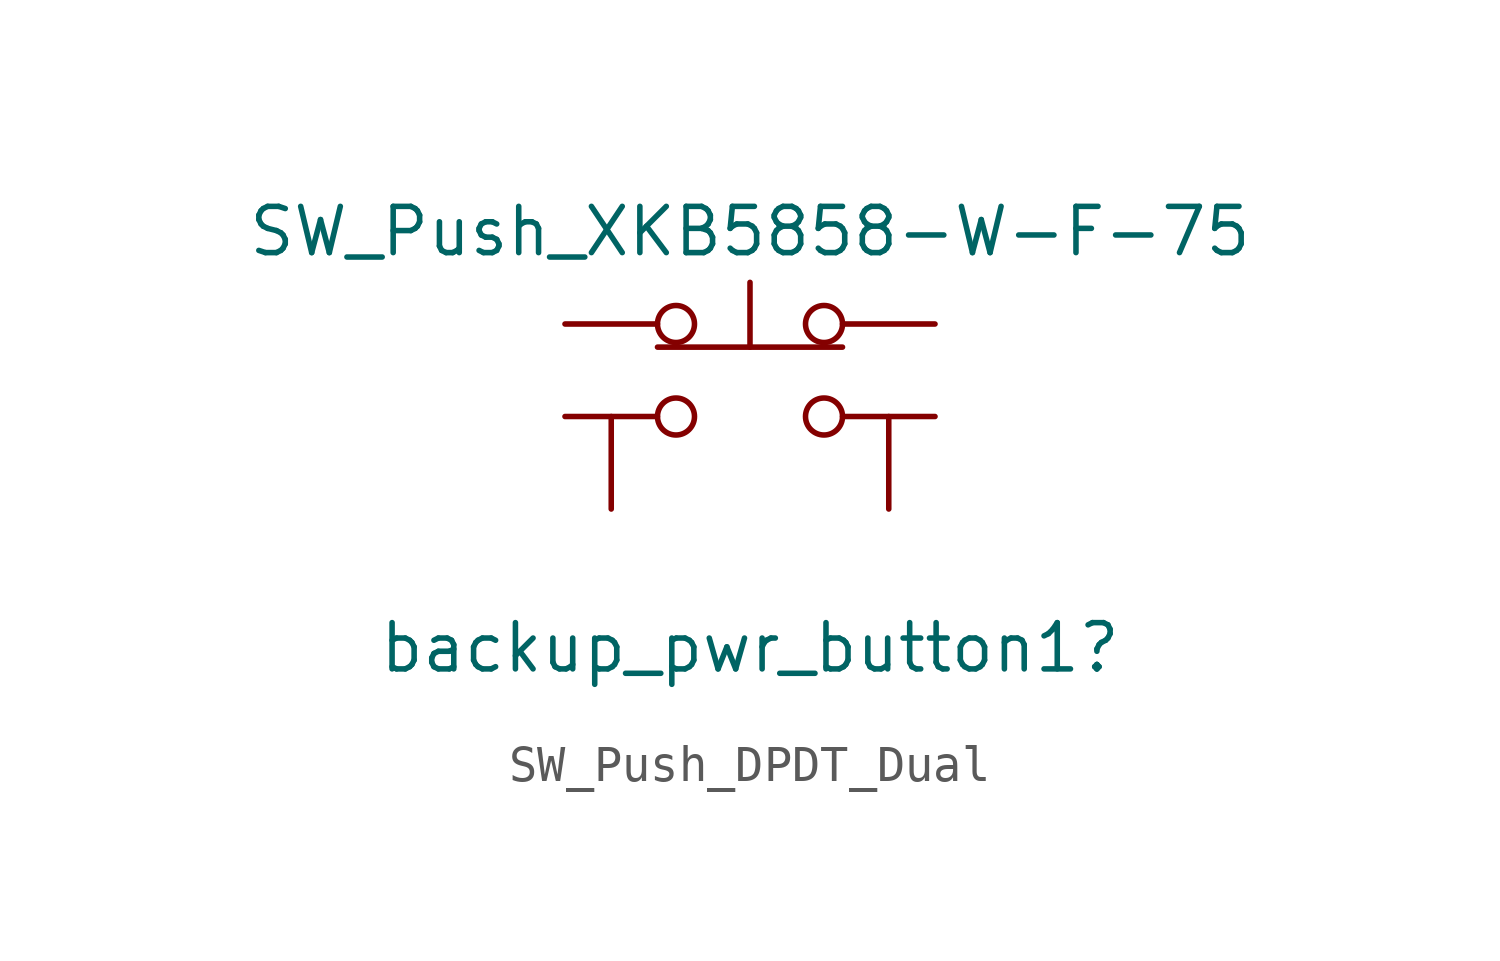
<source format=kicad_sym>
(kicad_symbol_lib
  (version 20220914)
  (generator kicad_symbol_editor)
  (symbol "SW_Push_DPDT_Dual"
    (pin_numbers hide)
    (pin_names
      (offset 1.016) hide)
    (property "Reference" "backup_pwr_button1"
      (at 0 -7.62 0)
      (effects (font (size 1.27 1.27))))
    (property "Value" "SW_Push_XKB5858-W-F-75"
      (at 0 3.81 0)
      (effects (font (size 1.27 1.27))))
    (symbol "SW_Push_DPDT_Dual_0_1"
      (circle (center -2.032 -1.27) (radius 0.508) (stroke (width 0) (type default)) (fill (type none)))
      (circle (center -2.032 1.27) (radius 0.508) (stroke (width 0) (type default)) (fill (type none)))
      (polyline (pts (xy 0 0.635) (xy 0 2.413)) (stroke (width 0) (type default)) (fill (type none)))
      (polyline (pts (xy 2.54 0.635) (xy -2.54 0.635)) (stroke (width 0) (type default)) (fill (type none)))
      (circle (center 2.032 -1.27) (radius 0.508) (stroke (width 0) (type default)) (fill (type none)))
      (circle (center 2.032 1.27) (radius 0.508) (stroke (width 0) (type default)) (fill (type none))))
    (symbol "SW_Push_DPDT_Dual_1_1"
      (pin passive line (at -5.08 1.27 0) (length 2.54) (name "1" (effects (font (size 1.27 1.27)))) (number "1" (effects (font (size 1.27 1.27)))))
      (pin passive line (at -5.08 -1.27 0) (length 2.54) (name "2" (effects (font (size 1.27 1.27)))) (number "2" (effects (font (size 1.27 1.27)))))
      (pin passive line (at 5.08 1.27 180) (length 2.54) (name "3" (effects (font (size 1.27 1.27)))) (number "3" (effects (font (size 1.27 1.27)))))
      (pin passive line (at 5.08 -1.27 180) (length 2.54) (name "4" (effects (font (size 1.27 1.27)))) (number "4" (effects (font (size 1.27 1.27)))))
      (pin passive line (at -3.81 -3.81 90) (length 2.54) (name "5" (effects (font (size 1.27 1.27)))) (number "5" (effects (font (size 1.27 1.27)))))
      (pin passive line (at 3.81 -3.81 90) (length 2.54) (name "6" (effects (font (size 1.27 1.27)))) (number "6" (effects (font (size 1.27 1.27))))))))
</source>
